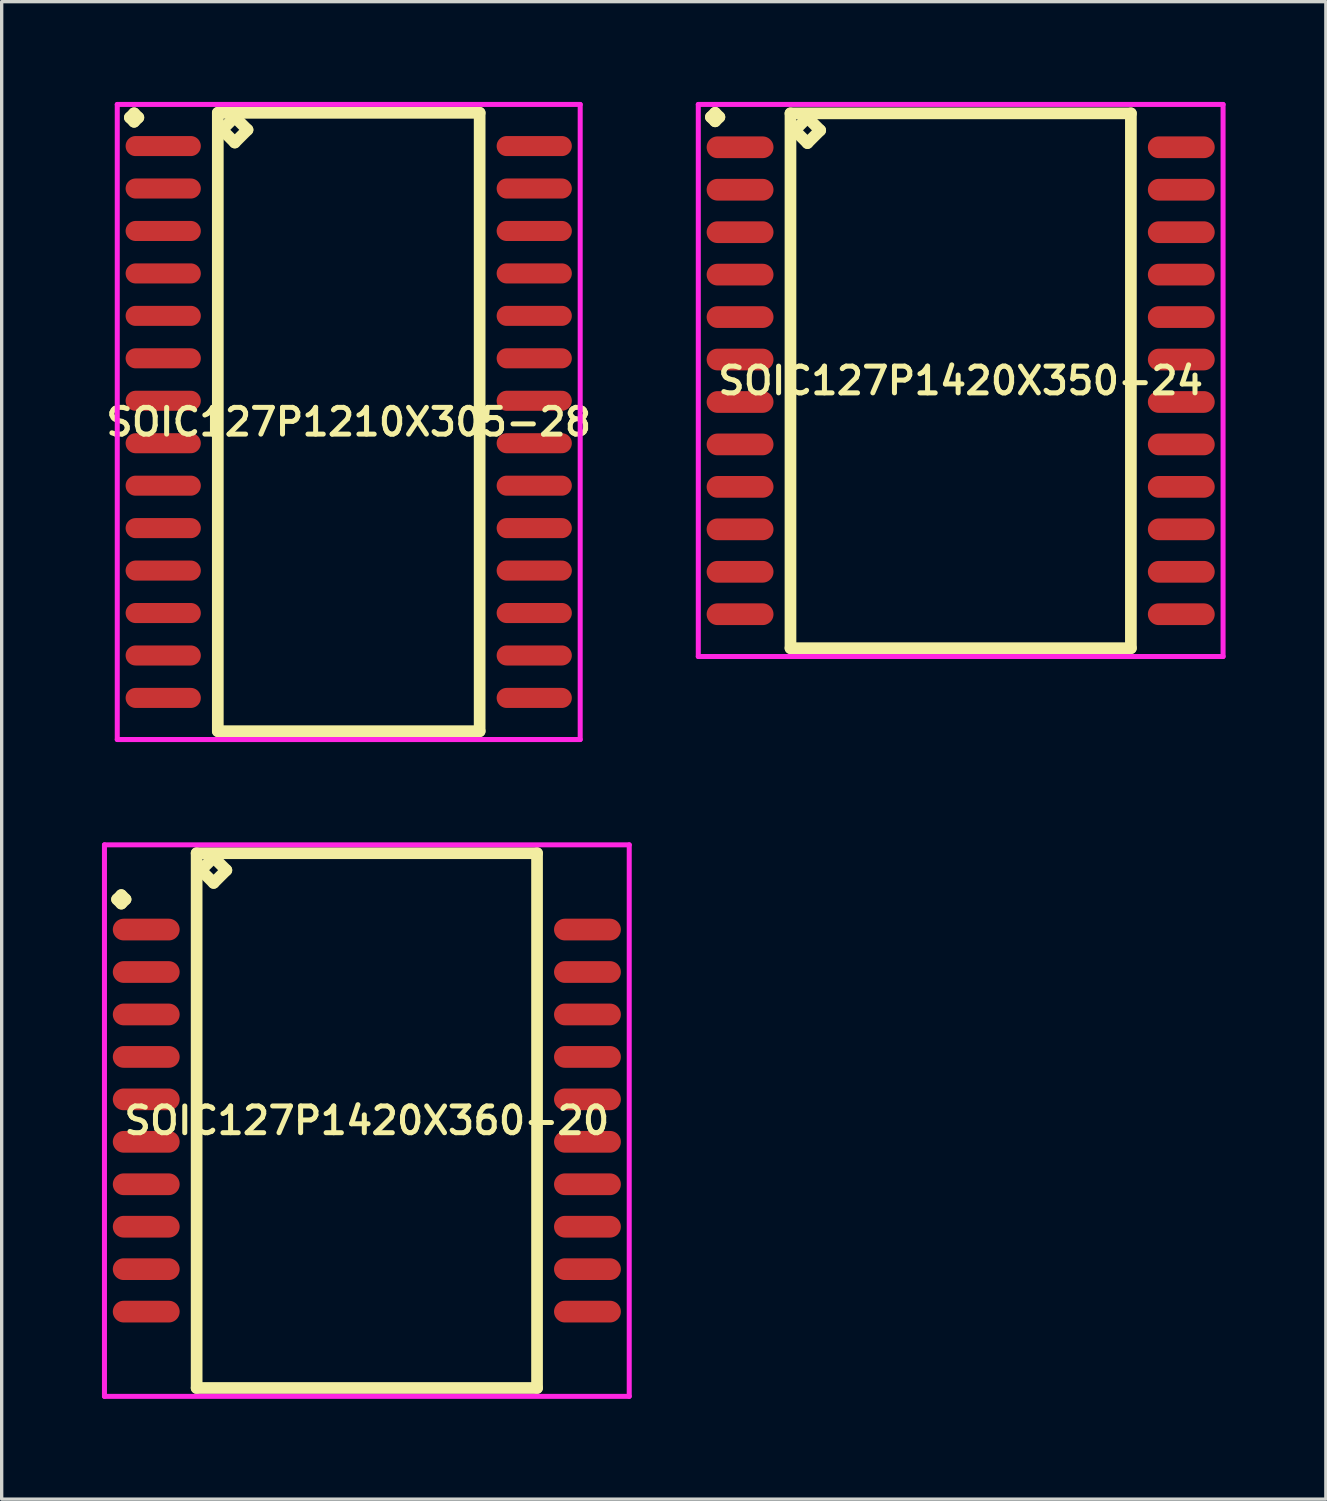
<source format=kicad_pcb>
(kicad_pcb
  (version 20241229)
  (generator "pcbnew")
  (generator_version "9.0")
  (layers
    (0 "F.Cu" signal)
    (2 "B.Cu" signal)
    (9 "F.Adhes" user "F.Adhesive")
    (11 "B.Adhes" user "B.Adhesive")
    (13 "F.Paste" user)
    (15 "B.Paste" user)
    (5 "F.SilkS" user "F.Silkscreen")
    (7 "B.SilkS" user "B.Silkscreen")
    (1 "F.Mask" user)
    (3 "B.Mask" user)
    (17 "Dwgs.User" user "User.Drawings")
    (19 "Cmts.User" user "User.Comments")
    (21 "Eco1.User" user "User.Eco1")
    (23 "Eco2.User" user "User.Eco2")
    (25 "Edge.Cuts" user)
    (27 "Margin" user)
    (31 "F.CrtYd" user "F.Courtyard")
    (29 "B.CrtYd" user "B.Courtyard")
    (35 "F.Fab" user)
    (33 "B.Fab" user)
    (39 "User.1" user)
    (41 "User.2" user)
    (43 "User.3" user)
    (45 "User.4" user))
  (footprint "SOIC127P1420X360-20"
    (layer "F.Cu")
    (at 7.925 30.475)
    (property "Reference" "SOIC127P1420X360-20" (at 0 0 0) (layer "F.SilkS") (effects (font (size 0.8 0.8) (thickness 0.15))))
    (attr smd)
    (fp_line (start -7.473 -6.619) (end -7.346 -6.746) (stroke (width 0.35) (type solid)) (layer "F.SilkS"))
    (fp_line (start -7.346 -6.746) (end -7.219 -6.619) (stroke (width 0.35) (type solid)) (layer "F.SilkS"))
    (fp_line (start -7.346 -6.492) (end -7.473 -6.619) (stroke (width 0.35) (type solid)) (layer "F.SilkS"))
    (fp_line (start -7.219 -6.619) (end -7.346 -6.492) (stroke (width 0.35) (type solid)) (layer "F.SilkS"))
    (fp_line (start -5.092 -8) (end -5.092 8) (stroke (width 0.35) (type solid)) (layer "F.SilkS"))
    (fp_line (start -5.092 8) (end 5.092 8) (stroke (width 0.35) (type solid)) (layer "F.SilkS"))
    (fp_line (start -4.965 -7.492) (end -4.584 -7.873) (stroke (width 0.35) (type solid)) (layer "F.SilkS"))
    (fp_line (start -4.584 -7.873) (end -4.203 -7.492) (stroke (width 0.35) (type solid)) (layer "F.SilkS"))
    (fp_line (start -4.584 -7.111) (end -4.965 -7.492) (stroke (width 0.35) (type solid)) (layer "F.SilkS"))
    (fp_line (start -4.203 -7.492) (end -4.584 -7.111) (stroke (width 0.35) (type solid)) (layer "F.SilkS"))
    (fp_line (start 5.092 -8) (end -5.092 -8) (stroke (width 0.35) (type solid)) (layer "F.SilkS"))
    (fp_line (start 5.092 8) (end 5.092 -8) (stroke (width 0.35) (type solid)) (layer "F.SilkS"))
    (fp_line (start -7.85 -8.25) (end 7.85 -8.25) (stroke (width 0.15) (type solid)) (layer "F.CrtYd"))
    (fp_line (start -7.85 8.25) (end -7.85 -8.25) (stroke (width 0.15) (type solid)) (layer "F.CrtYd"))
    (fp_line (start 7.85 -8.25) (end 7.85 8.25) (stroke (width 0.15) (type solid)) (layer "F.CrtYd"))
    (fp_line (start 7.85 8.25) (end -7.85 8.25) (stroke (width 0.15) (type solid)) (layer "F.CrtYd"))
    (pad "1" smd oval (at -6.6 -5.715) (size 2 0.65) (layers "F.Cu" "F.Mask" "F.Paste"))
    (pad "2" smd oval (at -6.6 -4.445) (size 2 0.65) (layers "F.Cu" "F.Mask" "F.Paste"))
    (pad "3" smd oval (at -6.6 -3.175) (size 2 0.65) (layers "F.Cu" "F.Mask" "F.Paste"))
    (pad "4" smd oval (at -6.6 -1.905) (size 2 0.65) (layers "F.Cu" "F.Mask" "F.Paste"))
    (pad "5" smd oval (at -6.6 -0.635) (size 2 0.65) (layers "F.Cu" "F.Mask" "F.Paste"))
    (pad "6" smd oval (at -6.6 0.635) (size 2 0.65) (layers "F.Cu" "F.Mask" "F.Paste"))
    (pad "7" smd oval (at -6.6 1.905) (size 2 0.65) (layers "F.Cu" "F.Mask" "F.Paste"))
    (pad "8" smd oval (at -6.6 3.175) (size 2 0.65) (layers "F.Cu" "F.Mask" "F.Paste"))
    (pad "9" smd oval (at -6.6 4.445) (size 2 0.65) (layers "F.Cu" "F.Mask" "F.Paste"))
    (pad "10" smd oval (at -6.6 5.715) (size 2 0.65) (layers "F.Cu" "F.Mask" "F.Paste"))
    (pad "11" smd oval (at 6.6 5.715) (size 2 0.65) (layers "F.Cu" "F.Mask" "F.Paste"))
    (pad "12" smd oval (at 6.6 4.445) (size 2 0.65) (layers "F.Cu" "F.Mask" "F.Paste"))
    (pad "13" smd oval (at 6.6 3.175) (size 2 0.65) (layers "F.Cu" "F.Mask" "F.Paste"))
    (pad "14" smd oval (at 6.6 1.905) (size 2 0.65) (layers "F.Cu" "F.Mask" "F.Paste"))
    (pad "15" smd oval (at 6.6 0.635) (size 2 0.65) (layers "F.Cu" "F.Mask" "F.Paste"))
    (pad "16" smd oval (at 6.6 -0.635) (size 2 0.65) (layers "F.Cu" "F.Mask" "F.Paste"))
    (pad "17" smd oval (at 6.6 -1.905) (size 2 0.65) (layers "F.Cu" "F.Mask" "F.Paste"))
    (pad "18" smd oval (at 6.6 -3.175) (size 2 0.65) (layers "F.Cu" "F.Mask" "F.Paste"))
    (pad "19" smd oval (at 6.6 -4.445) (size 2 0.65) (layers "F.Cu" "F.Mask" "F.Paste"))
    (pad "20" smd oval (at 6.6 -5.715) (size 2 0.65) (layers "F.Cu" "F.Mask" "F.Paste")))
  (footprint "SOIC127P1210X305-28"
    (layer "F.Cu")
    (at 7.383 9.575)
    (property "Reference" "SOIC127P1210X305-28" (at 0 0 0) (layer "F.SilkS") (effects (font (size 0.8 0.8) (thickness 0.15))))
    (attr smd)
    (fp_line (start -6.548 -9.109) (end -6.421 -9.236) (stroke (width 0.35) (type solid)) (layer "F.SilkS"))
    (fp_line (start -6.421 -9.236) (end -6.294 -9.109) (stroke (width 0.35) (type solid)) (layer "F.SilkS"))
    (fp_line (start -6.421 -8.982) (end -6.548 -9.109) (stroke (width 0.35) (type solid)) (layer "F.SilkS"))
    (fp_line (start -6.294 -9.109) (end -6.421 -8.982) (stroke (width 0.35) (type solid)) (layer "F.SilkS"))
    (fp_line (start -3.917 -9.25) (end -3.917 9.25) (stroke (width 0.35) (type solid)) (layer "F.SilkS"))
    (fp_line (start -3.917 9.25) (end 3.917 9.25) (stroke (width 0.35) (type solid)) (layer "F.SilkS"))
    (fp_line (start -3.79 -8.742) (end -3.409 -9.123) (stroke (width 0.35) (type solid)) (layer "F.SilkS"))
    (fp_line (start -3.409 -9.123) (end -3.028 -8.742) (stroke (width 0.35) (type solid)) (layer "F.SilkS"))
    (fp_line (start -3.409 -8.361) (end -3.79 -8.742) (stroke (width 0.35) (type solid)) (layer "F.SilkS"))
    (fp_line (start -3.028 -8.742) (end -3.409 -8.361) (stroke (width 0.35) (type solid)) (layer "F.SilkS"))
    (fp_line (start 3.917 -9.25) (end -3.917 -9.25) (stroke (width 0.35) (type solid)) (layer "F.SilkS"))
    (fp_line (start 3.917 9.25) (end 3.917 -9.25) (stroke (width 0.35) (type solid)) (layer "F.SilkS"))
    (fp_line (start -6.925 -9.5) (end 6.925 -9.5) (stroke (width 0.15) (type solid)) (layer "F.CrtYd"))
    (fp_line (start -6.925 9.5) (end -6.925 -9.5) (stroke (width 0.15) (type solid)) (layer "F.CrtYd"))
    (fp_line (start 6.925 -9.5) (end 6.925 9.5) (stroke (width 0.15) (type solid)) (layer "F.CrtYd"))
    (fp_line (start 6.925 9.5) (end -6.925 9.5) (stroke (width 0.15) (type solid)) (layer "F.CrtYd"))
    (pad "1" smd oval (at -5.55 -8.255) (size 2.25 0.6) (layers "F.Cu" "F.Mask" "F.Paste"))
    (pad "2" smd oval (at -5.55 -6.985) (size 2.25 0.6) (layers "F.Cu" "F.Mask" "F.Paste"))
    (pad "3" smd oval (at -5.55 -5.715) (size 2.25 0.6) (layers "F.Cu" "F.Mask" "F.Paste"))
    (pad "4" smd oval (at -5.55 -4.445) (size 2.25 0.6) (layers "F.Cu" "F.Mask" "F.Paste"))
    (pad "5" smd oval (at -5.55 -3.175) (size 2.25 0.6) (layers "F.Cu" "F.Mask" "F.Paste"))
    (pad "6" smd oval (at -5.55 -1.905) (size 2.25 0.6) (layers "F.Cu" "F.Mask" "F.Paste"))
    (pad "7" smd oval (at -5.55 -0.635) (size 2.25 0.6) (layers "F.Cu" "F.Mask" "F.Paste"))
    (pad "8" smd oval (at -5.55 0.635) (size 2.25 0.6) (layers "F.Cu" "F.Mask" "F.Paste"))
    (pad "9" smd oval (at -5.55 1.905) (size 2.25 0.6) (layers "F.Cu" "F.Mask" "F.Paste"))
    (pad "10" smd oval (at -5.55 3.175) (size 2.25 0.6) (layers "F.Cu" "F.Mask" "F.Paste"))
    (pad "11" smd oval (at -5.55 4.445) (size 2.25 0.6) (layers "F.Cu" "F.Mask" "F.Paste"))
    (pad "12" smd oval (at -5.55 5.715) (size 2.25 0.6) (layers "F.Cu" "F.Mask" "F.Paste"))
    (pad "13" smd oval (at -5.55 6.985) (size 2.25 0.6) (layers "F.Cu" "F.Mask" "F.Paste"))
    (pad "14" smd oval (at -5.55 8.255) (size 2.25 0.6) (layers "F.Cu" "F.Mask" "F.Paste"))
    (pad "15" smd oval (at 5.55 8.255) (size 2.25 0.6) (layers "F.Cu" "F.Mask" "F.Paste"))
    (pad "16" smd oval (at 5.55 6.985) (size 2.25 0.6) (layers "F.Cu" "F.Mask" "F.Paste"))
    (pad "17" smd oval (at 5.55 5.715) (size 2.25 0.6) (layers "F.Cu" "F.Mask" "F.Paste"))
    (pad "18" smd oval (at 5.55 4.445) (size 2.25 0.6) (layers "F.Cu" "F.Mask" "F.Paste"))
    (pad "19" smd oval (at 5.55 3.175) (size 2.25 0.6) (layers "F.Cu" "F.Mask" "F.Paste"))
    (pad "20" smd oval (at 5.55 1.905) (size 2.25 0.6) (layers "F.Cu" "F.Mask" "F.Paste"))
    (pad "21" smd oval (at 5.55 0.635) (size 2.25 0.6) (layers "F.Cu" "F.Mask" "F.Paste"))
    (pad "22" smd oval (at 5.55 -0.635) (size 2.25 0.6) (layers "F.Cu" "F.Mask" "F.Paste"))
    (pad "23" smd oval (at 5.55 -1.905) (size 2.25 0.6) (layers "F.Cu" "F.Mask" "F.Paste"))
    (pad "24" smd oval (at 5.55 -3.175) (size 2.25 0.6) (layers "F.Cu" "F.Mask" "F.Paste"))
    (pad "25" smd oval (at 5.55 -4.445) (size 2.25 0.6) (layers "F.Cu" "F.Mask" "F.Paste"))
    (pad "26" smd oval (at 5.55 -5.715) (size 2.25 0.6) (layers "F.Cu" "F.Mask" "F.Paste"))
    (pad "27" smd oval (at 5.55 -6.985) (size 2.25 0.6) (layers "F.Cu" "F.Mask" "F.Paste"))
    (pad "28" smd oval (at 5.55 -8.255) (size 2.25 0.6) (layers "F.Cu" "F.Mask" "F.Paste")))
  (footprint "SOIC127P1420X350-24"
    (layer "F.Cu")
    (at 25.691 8.341)
    (property "Reference" "SOIC127P1420X350-24" (at 0 0 0) (layer "F.SilkS") (effects (font (size 0.8 0.8) (thickness 0.15))))
    (attr smd)
    (fp_line (start -7.473 -7.889) (end -7.346 -8.016) (stroke (width 0.35) (type solid)) (layer "F.SilkS"))
    (fp_line (start -7.346 -8.016) (end -7.219 -7.889) (stroke (width 0.35) (type solid)) (layer "F.SilkS"))
    (fp_line (start -7.346 -7.762) (end -7.473 -7.889) (stroke (width 0.35) (type solid)) (layer "F.SilkS"))
    (fp_line (start -7.219 -7.889) (end -7.346 -7.762) (stroke (width 0.35) (type solid)) (layer "F.SilkS"))
    (fp_line (start -5.092 -8) (end -5.092 8) (stroke (width 0.35) (type solid)) (layer "F.SilkS"))
    (fp_line (start -5.092 8) (end 5.092 8) (stroke (width 0.35) (type solid)) (layer "F.SilkS"))
    (fp_line (start -4.965 -7.492) (end -4.584 -7.873) (stroke (width 0.35) (type solid)) (layer "F.SilkS"))
    (fp_line (start -4.584 -7.873) (end -4.203 -7.492) (stroke (width 0.35) (type solid)) (layer "F.SilkS"))
    (fp_line (start -4.584 -7.111) (end -4.965 -7.492) (stroke (width 0.35) (type solid)) (layer "F.SilkS"))
    (fp_line (start -4.203 -7.492) (end -4.584 -7.111) (stroke (width 0.35) (type solid)) (layer "F.SilkS"))
    (fp_line (start 5.092 -8) (end -5.092 -8) (stroke (width 0.35) (type solid)) (layer "F.SilkS"))
    (fp_line (start 5.092 8) (end 5.092 -8) (stroke (width 0.35) (type solid)) (layer "F.SilkS"))
    (fp_line (start -7.85 -8.266) (end 7.85 -8.266) (stroke (width 0.15) (type solid)) (layer "F.CrtYd"))
    (fp_line (start -7.85 8.25) (end -7.85 -8.266) (stroke (width 0.15) (type solid)) (layer "F.CrtYd"))
    (fp_line (start 7.85 -8.266) (end 7.85 8.25) (stroke (width 0.15) (type solid)) (layer "F.CrtYd"))
    (fp_line (start 7.85 8.25) (end -7.85 8.25) (stroke (width 0.15) (type solid)) (layer "F.CrtYd"))
    (pad "1" smd oval (at -6.6 -6.985) (size 2 0.65) (layers "F.Cu" "F.Mask" "F.Paste"))
    (pad "2" smd oval (at -6.6 -5.715) (size 2 0.65) (layers "F.Cu" "F.Mask" "F.Paste"))
    (pad "3" smd oval (at -6.6 -4.445) (size 2 0.65) (layers "F.Cu" "F.Mask" "F.Paste"))
    (pad "4" smd oval (at -6.6 -3.175) (size 2 0.65) (layers "F.Cu" "F.Mask" "F.Paste"))
    (pad "5" smd oval (at -6.6 -1.905) (size 2 0.65) (layers "F.Cu" "F.Mask" "F.Paste"))
    (pad "6" smd oval (at -6.6 -0.635) (size 2 0.65) (layers "F.Cu" "F.Mask" "F.Paste"))
    (pad "7" smd oval (at -6.6 0.635) (size 2 0.65) (layers "F.Cu" "F.Mask" "F.Paste"))
    (pad "8" smd oval (at -6.6 1.905) (size 2 0.65) (layers "F.Cu" "F.Mask" "F.Paste"))
    (pad "9" smd oval (at -6.6 3.175) (size 2 0.65) (layers "F.Cu" "F.Mask" "F.Paste"))
    (pad "10" smd oval (at -6.6 4.445) (size 2 0.65) (layers "F.Cu" "F.Mask" "F.Paste"))
    (pad "11" smd oval (at -6.6 5.715) (size 2 0.65) (layers "F.Cu" "F.Mask" "F.Paste"))
    (pad "12" smd oval (at -6.6 6.985) (size 2 0.65) (layers "F.Cu" "F.Mask" "F.Paste"))
    (pad "13" smd oval (at 6.6 6.985) (size 2 0.65) (layers "F.Cu" "F.Mask" "F.Paste"))
    (pad "14" smd oval (at 6.6 5.715) (size 2 0.65) (layers "F.Cu" "F.Mask" "F.Paste"))
    (pad "15" smd oval (at 6.6 4.445) (size 2 0.65) (layers "F.Cu" "F.Mask" "F.Paste"))
    (pad "16" smd oval (at 6.6 3.175) (size 2 0.65) (layers "F.Cu" "F.Mask" "F.Paste"))
    (pad "17" smd oval (at 6.6 1.905) (size 2 0.65) (layers "F.Cu" "F.Mask" "F.Paste"))
    (pad "18" smd oval (at 6.6 0.635) (size 2 0.65) (layers "F.Cu" "F.Mask" "F.Paste"))
    (pad "19" smd oval (at 6.6 -0.635) (size 2 0.65) (layers "F.Cu" "F.Mask" "F.Paste"))
    (pad "20" smd oval (at 6.6 -1.905) (size 2 0.65) (layers "F.Cu" "F.Mask" "F.Paste"))
    (pad "21" smd oval (at 6.6 -3.175) (size 2 0.65) (layers "F.Cu" "F.Mask" "F.Paste"))
    (pad "22" smd oval (at 6.6 -4.445) (size 2 0.65) (layers "F.Cu" "F.Mask" "F.Paste"))
    (pad "23" smd oval (at 6.6 -5.715) (size 2 0.65) (layers "F.Cu" "F.Mask" "F.Paste"))
    (pad "24" smd oval (at 6.6 -6.985) (size 2 0.65) (layers "F.Cu" "F.Mask" "F.Paste")))
  (gr_rect
    (start -3 -3)
    (end 36.616 41.8)
    (stroke (width 0.1) (type default))
    (fill no)
    (layer "Edge.Cuts")))
</source>
